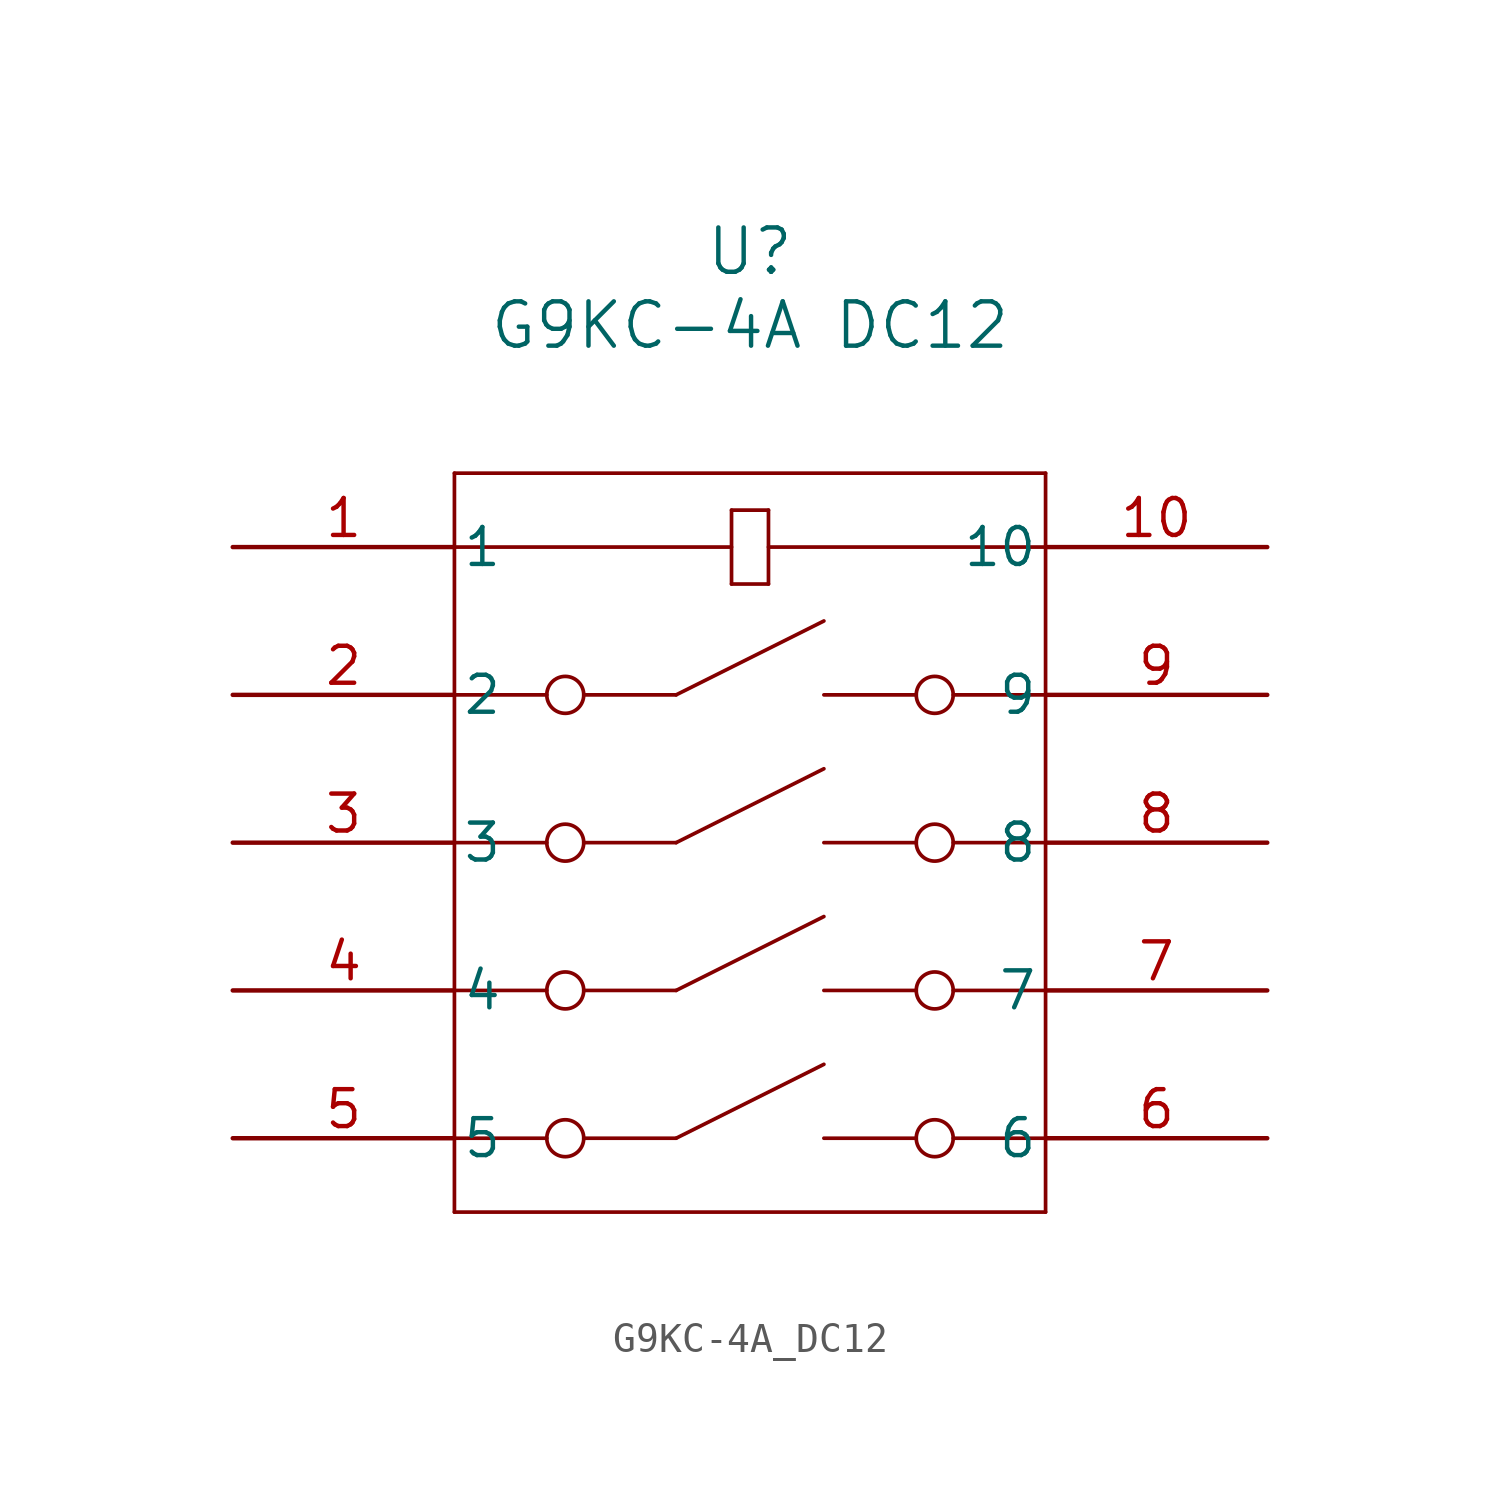
<source format=kicad_sym>
(kicad_symbol_lib
  (version 20211014)
  (generator kicad_symbol_editor)
  (symbol "G9KC-4A_DC12"
    (pin_names
      (offset 0.254))
    (property "Reference" "U"
      (at 17.78 10.16 0)
      (effects (font (size 1.524 1.524))))
    (property "Value" "G9KC-4A DC12"
      (at 17.78 7.62 0)
      (effects (font (size 1.524 1.524))))
    (symbol "G9KC-4A_DC12_0_1"
      (polyline (pts (xy 7.62 2.54) (xy 7.62 -22.86)) (stroke (width 0.127) (type default) (color 0 0 0 0)) (fill (type none)))
      (polyline (pts (xy 7.62 -22.86) (xy 27.94 -22.86)) (stroke (width 0.127) (type default) (color 0 0 0 0)) (fill (type none)))
      (polyline (pts (xy 27.94 -22.86) (xy 27.94 2.54)) (stroke (width 0.127) (type default) (color 0 0 0 0)) (fill (type none)))
      (polyline (pts (xy 27.94 2.54) (xy 7.62 2.54)) (stroke (width 0.127) (type default) (color 0 0 0 0)) (fill (type none)))
      (polyline (pts (xy 20.32 -5.08) (xy 23.495 -5.08)) (stroke (width 0.127) (type default) (color 0 0 0 0)) (fill (type none)))
      (circle (center 24.13 -5.08) (radius 0.635) (stroke (width 0.127) (type default) (color 0 0 0 0)) (fill (type none)))
      (polyline (pts (xy 24.765 -5.08) (xy 27.94 -5.08)) (stroke (width 0.127) (type default) (color 0 0 0 0)) (fill (type none)))
      (polyline (pts (xy 20.32 -10.16) (xy 23.495 -10.16)) (stroke (width 0.127) (type default) (color 0 0 0 0)) (fill (type none)))
      (circle (center 24.13 -10.16) (radius 0.635) (stroke (width 0.127) (type default) (color 0 0 0 0)) (fill (type none)))
      (polyline (pts (xy 24.765 -10.16) (xy 27.94 -10.16)) (stroke (width 0.127) (type default) (color 0 0 0 0)) (fill (type none)))
      (polyline (pts (xy 20.32 -15.24) (xy 23.495 -15.24)) (stroke (width 0.127) (type default) (color 0 0 0 0)) (fill (type none)))
      (circle (center 24.13 -15.24) (radius 0.635) (stroke (width 0.127) (type default) (color 0 0 0 0)) (fill (type none)))
      (polyline (pts (xy 24.765 -15.24) (xy 27.94 -15.24)) (stroke (width 0.127) (type default) (color 0 0 0 0)) (fill (type none)))
      (polyline (pts (xy 20.32 -20.32) (xy 23.495 -20.32)) (stroke (width 0.127) (type default) (color 0 0 0 0)) (fill (type none)))
      (circle (center 24.13 -20.32) (radius 0.635) (stroke (width 0.127) (type default) (color 0 0 0 0)) (fill (type none)))
      (polyline (pts (xy 24.765 -20.32) (xy 27.94 -20.32)) (stroke (width 0.127) (type default) (color 0 0 0 0)) (fill (type none)))
      (polyline (pts (xy 7.62 -5.08) (xy 10.795 -5.08)) (stroke (width 0.127) (type default) (color 0 0 0 0)) (fill (type none)))
      (circle (center 11.43 -5.08) (radius 0.635) (stroke (width 0.127) (type default) (color 0 0 0 0)) (fill (type none)))
      (polyline (pts (xy 12.065 -5.08) (xy 15.24 -5.08)) (stroke (width 0.127) (type default) (color 0 0 0 0)) (fill (type none)))
      (polyline (pts (xy 7.62 -10.16) (xy 10.795 -10.16)) (stroke (width 0.127) (type default) (color 0 0 0 0)) (fill (type none)))
      (circle (center 11.43 -10.16) (radius 0.635) (stroke (width 0.127) (type default) (color 0 0 0 0)) (fill (type none)))
      (polyline (pts (xy 12.065 -10.16) (xy 15.24 -10.16)) (stroke (width 0.127) (type default) (color 0 0 0 0)) (fill (type none)))
      (polyline (pts (xy 7.62 -15.24) (xy 10.795 -15.24)) (stroke (width 0.127) (type default) (color 0 0 0 0)) (fill (type none)))
      (circle (center 11.43 -15.24) (radius 0.635) (stroke (width 0.127) (type default) (color 0 0 0 0)) (fill (type none)))
      (polyline (pts (xy 12.065 -15.24) (xy 15.24 -15.24)) (stroke (width 0.127) (type default) (color 0 0 0 0)) (fill (type none)))
      (polyline (pts (xy 7.62 -20.32) (xy 10.795 -20.32)) (stroke (width 0.127) (type default) (color 0 0 0 0)) (fill (type none)))
      (circle (center 11.43 -20.32) (radius 0.635) (stroke (width 0.127) (type default) (color 0 0 0 0)) (fill (type none)))
      (polyline (pts (xy 12.065 -20.32) (xy 15.24 -20.32)) (stroke (width 0.127) (type default) (color 0 0 0 0)) (fill (type none)))
      (polyline (pts (xy 15.24 -5.08) (xy 20.32 -2.54)) (stroke (width 0.127) (type default) (color 0 0 0 0)) (fill (type none)))
      (polyline (pts (xy 15.24 -10.16) (xy 20.32 -7.62)) (stroke (width 0.127) (type default) (color 0 0 0 0)) (fill (type none)))
      (polyline (pts (xy 15.24 -15.24) (xy 20.32 -12.7)) (stroke (width 0.127) (type default) (color 0 0 0 0)) (fill (type none)))
      (polyline (pts (xy 15.24 -20.32) (xy 20.32 -17.78)) (stroke (width 0.127) (type default) (color 0 0 0 0)) (fill (type none)))
      (polyline (pts (xy 17.145 1.27) (xy 18.415 1.27)) (stroke (width 0.127) (type default) (color 0 0 0 0)) (fill (type none)))
      (polyline (pts (xy 18.415 1.27) (xy 18.415 -1.27)) (stroke (width 0.127) (type default) (color 0 0 0 0)) (fill (type none)))
      (polyline (pts (xy 18.415 -1.27) (xy 17.145 -1.27)) (stroke (width 0.127) (type default) (color 0 0 0 0)) (fill (type none)))
      (polyline (pts (xy 17.145 -1.27) (xy 17.145 1.27)) (stroke (width 0.127) (type default) (color 0 0 0 0)) (fill (type none)))
      (polyline (pts (xy 7.62 0) (xy 17.145 0)) (stroke (width 0.127) (type default) (color 0 0 0 0)) (fill (type none)))
      (polyline (pts (xy 18.415 0) (xy 27.94 0)) (stroke (width 0.127) (type default) (color 0 0 0 0)) (fill (type none)))
      (pin unspecified line (at 0 0 0) (length 7.62) (name "1" (effects (font (size 1.27 1.27)))) (number "1" (effects (font (size 1.27 1.27)))))
      (pin unspecified line (at 0 -5.08 0) (length 7.62) (name "2" (effects (font (size 1.27 1.27)))) (number "2" (effects (font (size 1.27 1.27)))))
      (pin unspecified line (at 0 -10.16 0) (length 7.62) (name "3" (effects (font (size 1.27 1.27)))) (number "3" (effects (font (size 1.27 1.27)))))
      (pin unspecified line (at 0 -15.24 0) (length 7.62) (name "4" (effects (font (size 1.27 1.27)))) (number "4" (effects (font (size 1.27 1.27)))))
      (pin unspecified line (at 0 -20.32 0) (length 7.62) (name "5" (effects (font (size 1.27 1.27)))) (number "5" (effects (font (size 1.27 1.27)))))
      (pin unspecified line (at 35.56 -20.32 180) (length 7.62) (name "6" (effects (font (size 1.27 1.27)))) (number "6" (effects (font (size 1.27 1.27)))))
      (pin unspecified line (at 35.56 -15.24 180) (length 7.62) (name "7" (effects (font (size 1.27 1.27)))) (number "7" (effects (font (size 1.27 1.27)))))
      (pin unspecified line (at 35.56 -10.16 180) (length 7.62) (name "8" (effects (font (size 1.27 1.27)))) (number "8" (effects (font (size 1.27 1.27)))))
      (pin unspecified line (at 35.56 -5.08 180) (length 7.62) (name "9" (effects (font (size 1.27 1.27)))) (number "9" (effects (font (size 1.27 1.27)))))
      (pin unspecified line (at 35.56 0 180) (length 7.62) (name "10" (effects (font (size 1.27 1.27)))) (number "10" (effects (font (size 1.27 1.27))))))))
</source>
